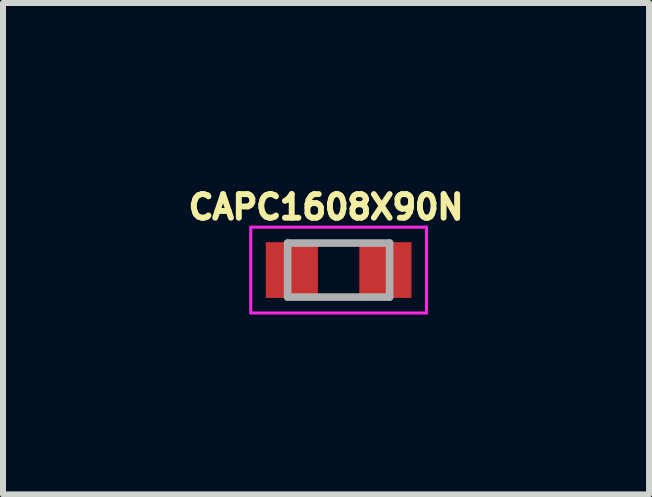
<source format=kicad_pcb>
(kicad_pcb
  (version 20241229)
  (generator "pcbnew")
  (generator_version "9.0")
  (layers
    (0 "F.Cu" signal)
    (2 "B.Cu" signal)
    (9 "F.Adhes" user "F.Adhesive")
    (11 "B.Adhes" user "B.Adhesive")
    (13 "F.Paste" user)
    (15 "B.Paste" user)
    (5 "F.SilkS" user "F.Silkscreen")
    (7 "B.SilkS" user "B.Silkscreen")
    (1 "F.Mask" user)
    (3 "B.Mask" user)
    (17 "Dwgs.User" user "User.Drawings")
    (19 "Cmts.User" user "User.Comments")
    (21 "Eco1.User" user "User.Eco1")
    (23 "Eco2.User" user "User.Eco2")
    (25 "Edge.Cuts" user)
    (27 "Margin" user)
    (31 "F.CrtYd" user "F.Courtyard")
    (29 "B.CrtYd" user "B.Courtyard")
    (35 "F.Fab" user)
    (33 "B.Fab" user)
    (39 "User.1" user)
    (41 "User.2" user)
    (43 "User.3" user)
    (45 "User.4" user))
  (footprint "CAPC1608X90N"
    (layer "F.Cu")
    (at 2.596 1.453)
    (property "Reference" "CAPC1608X90N" (at -0.21 -1.05 0) (layer "F.SilkS") (effects (font (size 0.394 0.394) (thickness 0.15))))
    (attr smd)
    (fp_line (start -1.465 -0.715) (end 1.465 -0.715) (stroke (width 0.05) (type solid)) (layer "F.CrtYd"))
    (fp_line (start -1.465 0.715) (end -1.465 -0.715) (stroke (width 0.05) (type solid)) (layer "F.CrtYd"))
    (fp_line (start -1.465 0.715) (end 1.465 0.715) (stroke (width 0.05) (type solid)) (layer "F.CrtYd"))
    (fp_line (start 1.465 0.715) (end 1.465 -0.715) (stroke (width 0.05) (type solid)) (layer "F.CrtYd"))
    (fp_line (start -0.85 0.45) (end -0.85 -0.45) (stroke (width 0.127) (type solid)) (layer "F.Fab"))
    (fp_line (start 0.85 -0.45) (end -0.85 -0.45) (stroke (width 0.127) (type solid)) (layer "F.Fab"))
    (fp_line (start 0.85 0.45) (end -0.85 0.45) (stroke (width 0.127) (type solid)) (layer "F.Fab"))
    (fp_line (start 0.85 0.45) (end 0.85 -0.45) (stroke (width 0.127) (type solid)) (layer "F.Fab"))
    (pad "1" smd rect (at -0.78 0) (size 0.87 0.93) (layers "F.Cu" "F.Mask" "F.Paste"))
    (pad "2" smd rect (at 0.78 0) (size 0.87 0.93) (layers "F.Cu" "F.Mask" "F.Paste")))
  (gr_rect
    (start -3 -3)
    (end 7.772 5.193)
    (stroke (width 0.1) (type default))
    (fill no)
    (layer "Edge.Cuts")))
</source>
